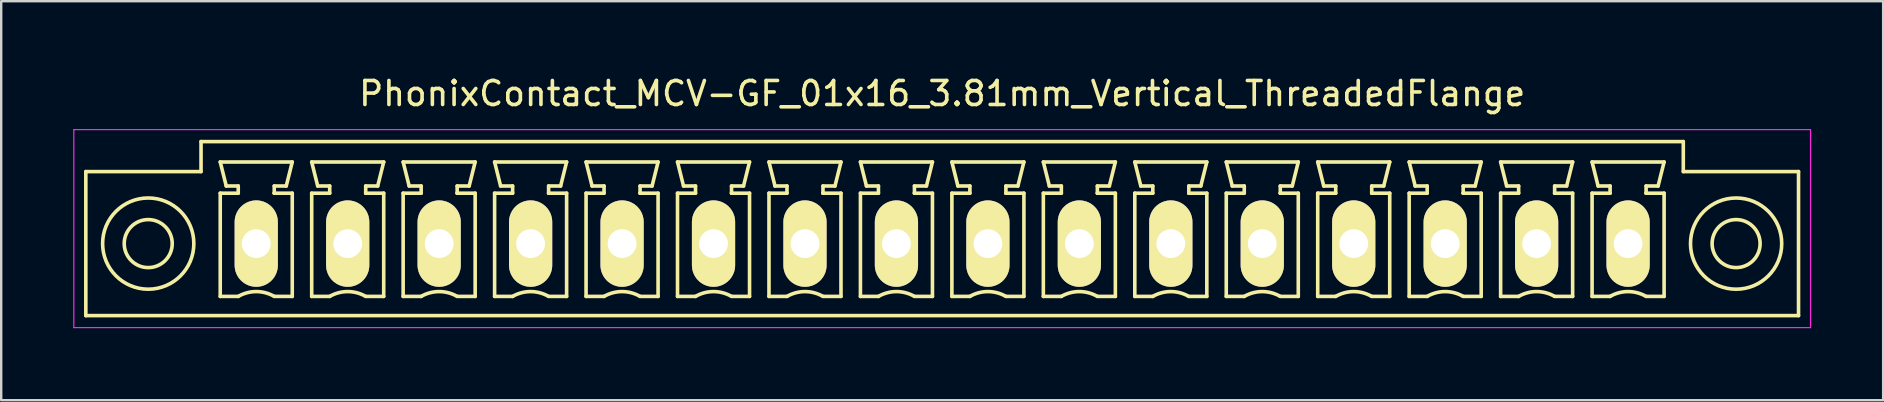
<source format=kicad_pcb>
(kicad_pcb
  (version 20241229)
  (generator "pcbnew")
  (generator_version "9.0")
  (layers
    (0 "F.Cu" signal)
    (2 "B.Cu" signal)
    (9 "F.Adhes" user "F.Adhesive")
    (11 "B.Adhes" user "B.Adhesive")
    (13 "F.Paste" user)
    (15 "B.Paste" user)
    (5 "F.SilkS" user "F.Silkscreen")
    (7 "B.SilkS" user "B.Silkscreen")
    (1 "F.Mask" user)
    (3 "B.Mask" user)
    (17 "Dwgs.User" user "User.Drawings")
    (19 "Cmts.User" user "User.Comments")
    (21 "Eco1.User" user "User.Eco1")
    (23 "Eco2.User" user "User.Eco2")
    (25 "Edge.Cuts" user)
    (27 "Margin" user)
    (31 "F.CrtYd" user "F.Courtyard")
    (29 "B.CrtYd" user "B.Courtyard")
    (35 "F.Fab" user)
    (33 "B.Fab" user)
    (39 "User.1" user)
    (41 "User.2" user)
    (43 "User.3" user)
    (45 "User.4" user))
  (footprint "PhonixContact_MCV-GF_01x16_3.81mm_Vertical_ThreadedFlange"
    (layer "F.Cu")
    (at 7.625 7.098)
    (property "Reference" "PhonixContact_MCV-GF_01x16_3.81mm_Vertical_ThreadedFlange" (at 28.575 -6.25 0) (layer "F.SilkS") (effects (font (size 1 1) (thickness 0.15))))
    (attr through_hole)
    (fp_line (start -7.1 -3) (end -7.1 3) (stroke (width 0.15) (type solid)) (layer "F.SilkS"))
    (fp_line (start -7.1 3) (end 64.25 3) (stroke (width 0.15) (type solid)) (layer "F.SilkS"))
    (fp_line (start -2.3 -4.25) (end -2.3 -3) (stroke (width 0.15) (type solid)) (layer "F.SilkS"))
    (fp_line (start -2.3 -3) (end -7.1 -3) (stroke (width 0.15) (type solid)) (layer "F.SilkS"))
    (fp_line (start -1.5 -3.4) (end 1.5 -3.4) (stroke (width 0.15) (type solid)) (layer "F.SilkS"))
    (fp_line (start -1.5 -2.1) (end -0.75 -2.1) (stroke (width 0.15) (type solid)) (layer "F.SilkS"))
    (fp_line (start -1.5 2.2) (end -1.5 -2.1) (stroke (width 0.15) (type solid)) (layer "F.SilkS"))
    (fp_line (start -1.25 -2.4) (end -1.5 -3.4) (stroke (width 0.15) (type solid)) (layer "F.SilkS"))
    (fp_line (start -0.75 -2.4) (end -1.25 -2.4) (stroke (width 0.15) (type solid)) (layer "F.SilkS"))
    (fp_line (start -0.75 -2.1) (end -0.75 -2.4) (stroke (width 0.15) (type solid)) (layer "F.SilkS"))
    (fp_line (start -0.75 2.2) (end -1.5 2.2) (stroke (width 0.15) (type solid)) (layer "F.SilkS"))
    (fp_line (start 0.75 -2.4) (end 0.75 -2.1) (stroke (width 0.15) (type solid)) (layer "F.SilkS"))
    (fp_line (start 0.75 -2.1) (end 0.75 -2.1) (stroke (width 0.15) (type solid)) (layer "F.SilkS"))
    (fp_line (start 0.75 -2.1) (end 1.5 -2.1) (stroke (width 0.15) (type solid)) (layer "F.SilkS"))
    (fp_line (start 1.25 -2.4) (end 0.75 -2.4) (stroke (width 0.15) (type solid)) (layer "F.SilkS"))
    (fp_line (start 1.5 -3.4) (end 1.25 -2.4) (stroke (width 0.15) (type solid)) (layer "F.SilkS"))
    (fp_line (start 1.5 -2.1) (end 1.5 2.2) (stroke (width 0.15) (type solid)) (layer "F.SilkS"))
    (fp_line (start 1.5 2.2) (end 0.75 2.2) (stroke (width 0.15) (type solid)) (layer "F.SilkS"))
    (fp_line (start 2.31 -3.4) (end 5.31 -3.4) (stroke (width 0.15) (type solid)) (layer "F.SilkS"))
    (fp_line (start 2.31 -2.1) (end 3.06 -2.1) (stroke (width 0.15) (type solid)) (layer "F.SilkS"))
    (fp_line (start 2.31 2.2) (end 2.31 -2.1) (stroke (width 0.15) (type solid)) (layer "F.SilkS"))
    (fp_line (start 2.56 -2.4) (end 2.31 -3.4) (stroke (width 0.15) (type solid)) (layer "F.SilkS"))
    (fp_line (start 3.06 -2.4) (end 2.56 -2.4) (stroke (width 0.15) (type solid)) (layer "F.SilkS"))
    (fp_line (start 3.06 -2.1) (end 3.06 -2.4) (stroke (width 0.15) (type solid)) (layer "F.SilkS"))
    (fp_line (start 3.06 2.2) (end 2.31 2.2) (stroke (width 0.15) (type solid)) (layer "F.SilkS"))
    (fp_line (start 4.56 -2.4) (end 4.56 -2.1) (stroke (width 0.15) (type solid)) (layer "F.SilkS"))
    (fp_line (start 4.56 -2.1) (end 4.56 -2.1) (stroke (width 0.15) (type solid)) (layer "F.SilkS"))
    (fp_line (start 4.56 -2.1) (end 5.31 -2.1) (stroke (width 0.15) (type solid)) (layer "F.SilkS"))
    (fp_line (start 5.06 -2.4) (end 4.56 -2.4) (stroke (width 0.15) (type solid)) (layer "F.SilkS"))
    (fp_line (start 5.31 -3.4) (end 5.06 -2.4) (stroke (width 0.15) (type solid)) (layer "F.SilkS"))
    (fp_line (start 5.31 -2.1) (end 5.31 2.2) (stroke (width 0.15) (type solid)) (layer "F.SilkS"))
    (fp_line (start 5.31 2.2) (end 4.56 2.2) (stroke (width 0.15) (type solid)) (layer "F.SilkS"))
    (fp_line (start 6.12 -3.4) (end 9.12 -3.4) (stroke (width 0.15) (type solid)) (layer "F.SilkS"))
    (fp_line (start 6.12 -2.1) (end 6.87 -2.1) (stroke (width 0.15) (type solid)) (layer "F.SilkS"))
    (fp_line (start 6.12 2.2) (end 6.12 -2.1) (stroke (width 0.15) (type solid)) (layer "F.SilkS"))
    (fp_line (start 6.37 -2.4) (end 6.12 -3.4) (stroke (width 0.15) (type solid)) (layer "F.SilkS"))
    (fp_line (start 6.87 -2.4) (end 6.37 -2.4) (stroke (width 0.15) (type solid)) (layer "F.SilkS"))
    (fp_line (start 6.87 -2.1) (end 6.87 -2.4) (stroke (width 0.15) (type solid)) (layer "F.SilkS"))
    (fp_line (start 6.87 2.2) (end 6.12 2.2) (stroke (width 0.15) (type solid)) (layer "F.SilkS"))
    (fp_line (start 8.37 -2.4) (end 8.37 -2.1) (stroke (width 0.15) (type solid)) (layer "F.SilkS"))
    (fp_line (start 8.37 -2.1) (end 8.37 -2.1) (stroke (width 0.15) (type solid)) (layer "F.SilkS"))
    (fp_line (start 8.37 -2.1) (end 9.12 -2.1) (stroke (width 0.15) (type solid)) (layer "F.SilkS"))
    (fp_line (start 8.87 -2.4) (end 8.37 -2.4) (stroke (width 0.15) (type solid)) (layer "F.SilkS"))
    (fp_line (start 9.12 -3.4) (end 8.87 -2.4) (stroke (width 0.15) (type solid)) (layer "F.SilkS"))
    (fp_line (start 9.12 -2.1) (end 9.12 2.2) (stroke (width 0.15) (type solid)) (layer "F.SilkS"))
    (fp_line (start 9.12 2.2) (end 8.37 2.2) (stroke (width 0.15) (type solid)) (layer "F.SilkS"))
    (fp_line (start 9.93 -3.4) (end 12.93 -3.4) (stroke (width 0.15) (type solid)) (layer "F.SilkS"))
    (fp_line (start 9.93 -2.1) (end 10.68 -2.1) (stroke (width 0.15) (type solid)) (layer "F.SilkS"))
    (fp_line (start 9.93 2.2) (end 9.93 -2.1) (stroke (width 0.15) (type solid)) (layer "F.SilkS"))
    (fp_line (start 10.18 -2.4) (end 9.93 -3.4) (stroke (width 0.15) (type solid)) (layer "F.SilkS"))
    (fp_line (start 10.68 -2.4) (end 10.18 -2.4) (stroke (width 0.15) (type solid)) (layer "F.SilkS"))
    (fp_line (start 10.68 -2.1) (end 10.68 -2.4) (stroke (width 0.15) (type solid)) (layer "F.SilkS"))
    (fp_line (start 10.68 2.2) (end 9.93 2.2) (stroke (width 0.15) (type solid)) (layer "F.SilkS"))
    (fp_line (start 12.18 -2.4) (end 12.18 -2.1) (stroke (width 0.15) (type solid)) (layer "F.SilkS"))
    (fp_line (start 12.18 -2.1) (end 12.18 -2.1) (stroke (width 0.15) (type solid)) (layer "F.SilkS"))
    (fp_line (start 12.18 -2.1) (end 12.93 -2.1) (stroke (width 0.15) (type solid)) (layer "F.SilkS"))
    (fp_line (start 12.68 -2.4) (end 12.18 -2.4) (stroke (width 0.15) (type solid)) (layer "F.SilkS"))
    (fp_line (start 12.93 -3.4) (end 12.68 -2.4) (stroke (width 0.15) (type solid)) (layer "F.SilkS"))
    (fp_line (start 12.93 -2.1) (end 12.93 2.2) (stroke (width 0.15) (type solid)) (layer "F.SilkS"))
    (fp_line (start 12.93 2.2) (end 12.18 2.2) (stroke (width 0.15) (type solid)) (layer "F.SilkS"))
    (fp_line (start 13.74 -3.4) (end 16.74 -3.4) (stroke (width 0.15) (type solid)) (layer "F.SilkS"))
    (fp_line (start 13.74 -2.1) (end 14.49 -2.1) (stroke (width 0.15) (type solid)) (layer "F.SilkS"))
    (fp_line (start 13.74 2.2) (end 13.74 -2.1) (stroke (width 0.15) (type solid)) (layer "F.SilkS"))
    (fp_line (start 13.99 -2.4) (end 13.74 -3.4) (stroke (width 0.15) (type solid)) (layer "F.SilkS"))
    (fp_line (start 14.49 -2.4) (end 13.99 -2.4) (stroke (width 0.15) (type solid)) (layer "F.SilkS"))
    (fp_line (start 14.49 -2.1) (end 14.49 -2.4) (stroke (width 0.15) (type solid)) (layer "F.SilkS"))
    (fp_line (start 14.49 2.2) (end 13.74 2.2) (stroke (width 0.15) (type solid)) (layer "F.SilkS"))
    (fp_line (start 15.99 -2.4) (end 15.99 -2.1) (stroke (width 0.15) (type solid)) (layer "F.SilkS"))
    (fp_line (start 15.99 -2.1) (end 15.99 -2.1) (stroke (width 0.15) (type solid)) (layer "F.SilkS"))
    (fp_line (start 15.99 -2.1) (end 16.74 -2.1) (stroke (width 0.15) (type solid)) (layer "F.SilkS"))
    (fp_line (start 16.49 -2.4) (end 15.99 -2.4) (stroke (width 0.15) (type solid)) (layer "F.SilkS"))
    (fp_line (start 16.74 -3.4) (end 16.49 -2.4) (stroke (width 0.15) (type solid)) (layer "F.SilkS"))
    (fp_line (start 16.74 -2.1) (end 16.74 2.2) (stroke (width 0.15) (type solid)) (layer "F.SilkS"))
    (fp_line (start 16.74 2.2) (end 15.99 2.2) (stroke (width 0.15) (type solid)) (layer "F.SilkS"))
    (fp_line (start 17.55 -3.4) (end 20.55 -3.4) (stroke (width 0.15) (type solid)) (layer "F.SilkS"))
    (fp_line (start 17.55 -2.1) (end 18.3 -2.1) (stroke (width 0.15) (type solid)) (layer "F.SilkS"))
    (fp_line (start 17.55 2.2) (end 17.55 -2.1) (stroke (width 0.15) (type solid)) (layer "F.SilkS"))
    (fp_line (start 17.8 -2.4) (end 17.55 -3.4) (stroke (width 0.15) (type solid)) (layer "F.SilkS"))
    (fp_line (start 18.3 -2.4) (end 17.8 -2.4) (stroke (width 0.15) (type solid)) (layer "F.SilkS"))
    (fp_line (start 18.3 -2.1) (end 18.3 -2.4) (stroke (width 0.15) (type solid)) (layer "F.SilkS"))
    (fp_line (start 18.3 2.2) (end 17.55 2.2) (stroke (width 0.15) (type solid)) (layer "F.SilkS"))
    (fp_line (start 19.8 -2.4) (end 19.8 -2.1) (stroke (width 0.15) (type solid)) (layer "F.SilkS"))
    (fp_line (start 19.8 -2.1) (end 19.8 -2.1) (stroke (width 0.15) (type solid)) (layer "F.SilkS"))
    (fp_line (start 19.8 -2.1) (end 20.55 -2.1) (stroke (width 0.15) (type solid)) (layer "F.SilkS"))
    (fp_line (start 20.3 -2.4) (end 19.8 -2.4) (stroke (width 0.15) (type solid)) (layer "F.SilkS"))
    (fp_line (start 20.55 -3.4) (end 20.3 -2.4) (stroke (width 0.15) (type solid)) (layer "F.SilkS"))
    (fp_line (start 20.55 -2.1) (end 20.55 2.2) (stroke (width 0.15) (type solid)) (layer "F.SilkS"))
    (fp_line (start 20.55 2.2) (end 19.8 2.2) (stroke (width 0.15) (type solid)) (layer "F.SilkS"))
    (fp_line (start 21.36 -3.4) (end 24.36 -3.4) (stroke (width 0.15) (type solid)) (layer "F.SilkS"))
    (fp_line (start 21.36 -2.1) (end 22.11 -2.1) (stroke (width 0.15) (type solid)) (layer "F.SilkS"))
    (fp_line (start 21.36 2.2) (end 21.36 -2.1) (stroke (width 0.15) (type solid)) (layer "F.SilkS"))
    (fp_line (start 21.61 -2.4) (end 21.36 -3.4) (stroke (width 0.15) (type solid)) (layer "F.SilkS"))
    (fp_line (start 22.11 -2.4) (end 21.61 -2.4) (stroke (width 0.15) (type solid)) (layer "F.SilkS"))
    (fp_line (start 22.11 -2.1) (end 22.11 -2.4) (stroke (width 0.15) (type solid)) (layer "F.SilkS"))
    (fp_line (start 22.11 2.2) (end 21.36 2.2) (stroke (width 0.15) (type solid)) (layer "F.SilkS"))
    (fp_line (start 23.61 -2.4) (end 23.61 -2.1) (stroke (width 0.15) (type solid)) (layer "F.SilkS"))
    (fp_line (start 23.61 -2.1) (end 23.61 -2.1) (stroke (width 0.15) (type solid)) (layer "F.SilkS"))
    (fp_line (start 23.61 -2.1) (end 24.36 -2.1) (stroke (width 0.15) (type solid)) (layer "F.SilkS"))
    (fp_line (start 24.11 -2.4) (end 23.61 -2.4) (stroke (width 0.15) (type solid)) (layer "F.SilkS"))
    (fp_line (start 24.36 -3.4) (end 24.11 -2.4) (stroke (width 0.15) (type solid)) (layer "F.SilkS"))
    (fp_line (start 24.36 -2.1) (end 24.36 2.2) (stroke (width 0.15) (type solid)) (layer "F.SilkS"))
    (fp_line (start 24.36 2.2) (end 23.61 2.2) (stroke (width 0.15) (type solid)) (layer "F.SilkS"))
    (fp_line (start 25.17 -3.4) (end 28.17 -3.4) (stroke (width 0.15) (type solid)) (layer "F.SilkS"))
    (fp_line (start 25.17 -2.1) (end 25.92 -2.1) (stroke (width 0.15) (type solid)) (layer "F.SilkS"))
    (fp_line (start 25.17 2.2) (end 25.17 -2.1) (stroke (width 0.15) (type solid)) (layer "F.SilkS"))
    (fp_line (start 25.42 -2.4) (end 25.17 -3.4) (stroke (width 0.15) (type solid)) (layer "F.SilkS"))
    (fp_line (start 25.92 -2.4) (end 25.42 -2.4) (stroke (width 0.15) (type solid)) (layer "F.SilkS"))
    (fp_line (start 25.92 -2.1) (end 25.92 -2.4) (stroke (width 0.15) (type solid)) (layer "F.SilkS"))
    (fp_line (start 25.92 2.2) (end 25.17 2.2) (stroke (width 0.15) (type solid)) (layer "F.SilkS"))
    (fp_line (start 27.42 -2.4) (end 27.42 -2.1) (stroke (width 0.15) (type solid)) (layer "F.SilkS"))
    (fp_line (start 27.42 -2.1) (end 27.42 -2.1) (stroke (width 0.15) (type solid)) (layer "F.SilkS"))
    (fp_line (start 27.42 -2.1) (end 28.17 -2.1) (stroke (width 0.15) (type solid)) (layer "F.SilkS"))
    (fp_line (start 27.92 -2.4) (end 27.42 -2.4) (stroke (width 0.15) (type solid)) (layer "F.SilkS"))
    (fp_line (start 28.17 -3.4) (end 27.92 -2.4) (stroke (width 0.15) (type solid)) (layer "F.SilkS"))
    (fp_line (start 28.17 -2.1) (end 28.17 2.2) (stroke (width 0.15) (type solid)) (layer "F.SilkS"))
    (fp_line (start 28.17 2.2) (end 27.42 2.2) (stroke (width 0.15) (type solid)) (layer "F.SilkS"))
    (fp_line (start 28.98 -3.4) (end 31.98 -3.4) (stroke (width 0.15) (type solid)) (layer "F.SilkS"))
    (fp_line (start 28.98 -2.1) (end 29.73 -2.1) (stroke (width 0.15) (type solid)) (layer "F.SilkS"))
    (fp_line (start 28.98 2.2) (end 28.98 -2.1) (stroke (width 0.15) (type solid)) (layer "F.SilkS"))
    (fp_line (start 29.23 -2.4) (end 28.98 -3.4) (stroke (width 0.15) (type solid)) (layer "F.SilkS"))
    (fp_line (start 29.73 -2.4) (end 29.23 -2.4) (stroke (width 0.15) (type solid)) (layer "F.SilkS"))
    (fp_line (start 29.73 -2.1) (end 29.73 -2.4) (stroke (width 0.15) (type solid)) (layer "F.SilkS"))
    (fp_line (start 29.73 2.2) (end 28.98 2.2) (stroke (width 0.15) (type solid)) (layer "F.SilkS"))
    (fp_line (start 31.23 -2.4) (end 31.23 -2.1) (stroke (width 0.15) (type solid)) (layer "F.SilkS"))
    (fp_line (start 31.23 -2.1) (end 31.23 -2.1) (stroke (width 0.15) (type solid)) (layer "F.SilkS"))
    (fp_line (start 31.23 -2.1) (end 31.98 -2.1) (stroke (width 0.15) (type solid)) (layer "F.SilkS"))
    (fp_line (start 31.73 -2.4) (end 31.23 -2.4) (stroke (width 0.15) (type solid)) (layer "F.SilkS"))
    (fp_line (start 31.98 -3.4) (end 31.73 -2.4) (stroke (width 0.15) (type solid)) (layer "F.SilkS"))
    (fp_line (start 31.98 -2.1) (end 31.98 2.2) (stroke (width 0.15) (type solid)) (layer "F.SilkS"))
    (fp_line (start 31.98 2.2) (end 31.23 2.2) (stroke (width 0.15) (type solid)) (layer "F.SilkS"))
    (fp_line (start 32.79 -3.4) (end 35.79 -3.4) (stroke (width 0.15) (type solid)) (layer "F.SilkS"))
    (fp_line (start 32.79 -2.1) (end 33.54 -2.1) (stroke (width 0.15) (type solid)) (layer "F.SilkS"))
    (fp_line (start 32.79 2.2) (end 32.79 -2.1) (stroke (width 0.15) (type solid)) (layer "F.SilkS"))
    (fp_line (start 33.04 -2.4) (end 32.79 -3.4) (stroke (width 0.15) (type solid)) (layer "F.SilkS"))
    (fp_line (start 33.54 -2.4) (end 33.04 -2.4) (stroke (width 0.15) (type solid)) (layer "F.SilkS"))
    (fp_line (start 33.54 -2.1) (end 33.54 -2.4) (stroke (width 0.15) (type solid)) (layer "F.SilkS"))
    (fp_line (start 33.54 2.2) (end 32.79 2.2) (stroke (width 0.15) (type solid)) (layer "F.SilkS"))
    (fp_line (start 35.04 -2.4) (end 35.04 -2.1) (stroke (width 0.15) (type solid)) (layer "F.SilkS"))
    (fp_line (start 35.04 -2.1) (end 35.04 -2.1) (stroke (width 0.15) (type solid)) (layer "F.SilkS"))
    (fp_line (start 35.04 -2.1) (end 35.79 -2.1) (stroke (width 0.15) (type solid)) (layer "F.SilkS"))
    (fp_line (start 35.54 -2.4) (end 35.04 -2.4) (stroke (width 0.15) (type solid)) (layer "F.SilkS"))
    (fp_line (start 35.79 -3.4) (end 35.54 -2.4) (stroke (width 0.15) (type solid)) (layer "F.SilkS"))
    (fp_line (start 35.79 -2.1) (end 35.79 2.2) (stroke (width 0.15) (type solid)) (layer "F.SilkS"))
    (fp_line (start 35.79 2.2) (end 35.04 2.2) (stroke (width 0.15) (type solid)) (layer "F.SilkS"))
    (fp_line (start 36.6 -3.4) (end 39.6 -3.4) (stroke (width 0.15) (type solid)) (layer "F.SilkS"))
    (fp_line (start 36.6 -2.1) (end 37.35 -2.1) (stroke (width 0.15) (type solid)) (layer "F.SilkS"))
    (fp_line (start 36.6 2.2) (end 36.6 -2.1) (stroke (width 0.15) (type solid)) (layer "F.SilkS"))
    (fp_line (start 36.85 -2.4) (end 36.6 -3.4) (stroke (width 0.15) (type solid)) (layer "F.SilkS"))
    (fp_line (start 37.35 -2.4) (end 36.85 -2.4) (stroke (width 0.15) (type solid)) (layer "F.SilkS"))
    (fp_line (start 37.35 -2.1) (end 37.35 -2.4) (stroke (width 0.15) (type solid)) (layer "F.SilkS"))
    (fp_line (start 37.35 2.2) (end 36.6 2.2) (stroke (width 0.15) (type solid)) (layer "F.SilkS"))
    (fp_line (start 38.85 -2.4) (end 38.85 -2.1) (stroke (width 0.15) (type solid)) (layer "F.SilkS"))
    (fp_line (start 38.85 -2.1) (end 38.85 -2.1) (stroke (width 0.15) (type solid)) (layer "F.SilkS"))
    (fp_line (start 38.85 -2.1) (end 39.6 -2.1) (stroke (width 0.15) (type solid)) (layer "F.SilkS"))
    (fp_line (start 39.35 -2.4) (end 38.85 -2.4) (stroke (width 0.15) (type solid)) (layer "F.SilkS"))
    (fp_line (start 39.6 -3.4) (end 39.35 -2.4) (stroke (width 0.15) (type solid)) (layer "F.SilkS"))
    (fp_line (start 39.6 -2.1) (end 39.6 2.2) (stroke (width 0.15) (type solid)) (layer "F.SilkS"))
    (fp_line (start 39.6 2.2) (end 38.85 2.2) (stroke (width 0.15) (type solid)) (layer "F.SilkS"))
    (fp_line (start 40.41 -3.4) (end 43.41 -3.4) (stroke (width 0.15) (type solid)) (layer "F.SilkS"))
    (fp_line (start 40.41 -2.1) (end 41.16 -2.1) (stroke (width 0.15) (type solid)) (layer "F.SilkS"))
    (fp_line (start 40.41 2.2) (end 40.41 -2.1) (stroke (width 0.15) (type solid)) (layer "F.SilkS"))
    (fp_line (start 40.66 -2.4) (end 40.41 -3.4) (stroke (width 0.15) (type solid)) (layer "F.SilkS"))
    (fp_line (start 41.16 -2.4) (end 40.66 -2.4) (stroke (width 0.15) (type solid)) (layer "F.SilkS"))
    (fp_line (start 41.16 -2.1) (end 41.16 -2.4) (stroke (width 0.15) (type solid)) (layer "F.SilkS"))
    (fp_line (start 41.16 2.2) (end 40.41 2.2) (stroke (width 0.15) (type solid)) (layer "F.SilkS"))
    (fp_line (start 42.66 -2.4) (end 42.66 -2.1) (stroke (width 0.15) (type solid)) (layer "F.SilkS"))
    (fp_line (start 42.66 -2.1) (end 42.66 -2.1) (stroke (width 0.15) (type solid)) (layer "F.SilkS"))
    (fp_line (start 42.66 -2.1) (end 43.41 -2.1) (stroke (width 0.15) (type solid)) (layer "F.SilkS"))
    (fp_line (start 43.16 -2.4) (end 42.66 -2.4) (stroke (width 0.15) (type solid)) (layer "F.SilkS"))
    (fp_line (start 43.41 -3.4) (end 43.16 -2.4) (stroke (width 0.15) (type solid)) (layer "F.SilkS"))
    (fp_line (start 43.41 -2.1) (end 43.41 2.2) (stroke (width 0.15) (type solid)) (layer "F.SilkS"))
    (fp_line (start 43.41 2.2) (end 42.66 2.2) (stroke (width 0.15) (type solid)) (layer "F.SilkS"))
    (fp_line (start 44.22 -3.4) (end 47.22 -3.4) (stroke (width 0.15) (type solid)) (layer "F.SilkS"))
    (fp_line (start 44.22 -2.1) (end 44.97 -2.1) (stroke (width 0.15) (type solid)) (layer "F.SilkS"))
    (fp_line (start 44.22 2.2) (end 44.22 -2.1) (stroke (width 0.15) (type solid)) (layer "F.SilkS"))
    (fp_line (start 44.47 -2.4) (end 44.22 -3.4) (stroke (width 0.15) (type solid)) (layer "F.SilkS"))
    (fp_line (start 44.97 -2.4) (end 44.47 -2.4) (stroke (width 0.15) (type solid)) (layer "F.SilkS"))
    (fp_line (start 44.97 -2.1) (end 44.97 -2.4) (stroke (width 0.15) (type solid)) (layer "F.SilkS"))
    (fp_line (start 44.97 2.2) (end 44.22 2.2) (stroke (width 0.15) (type solid)) (layer "F.SilkS"))
    (fp_line (start 46.47 -2.4) (end 46.47 -2.1) (stroke (width 0.15) (type solid)) (layer "F.SilkS"))
    (fp_line (start 46.47 -2.1) (end 46.47 -2.1) (stroke (width 0.15) (type solid)) (layer "F.SilkS"))
    (fp_line (start 46.47 -2.1) (end 47.22 -2.1) (stroke (width 0.15) (type solid)) (layer "F.SilkS"))
    (fp_line (start 46.97 -2.4) (end 46.47 -2.4) (stroke (width 0.15) (type solid)) (layer "F.SilkS"))
    (fp_line (start 47.22 -3.4) (end 46.97 -2.4) (stroke (width 0.15) (type solid)) (layer "F.SilkS"))
    (fp_line (start 47.22 -2.1) (end 47.22 2.2) (stroke (width 0.15) (type solid)) (layer "F.SilkS"))
    (fp_line (start 47.22 2.2) (end 46.47 2.2) (stroke (width 0.15) (type solid)) (layer "F.SilkS"))
    (fp_line (start 48.03 -3.4) (end 51.03 -3.4) (stroke (width 0.15) (type solid)) (layer "F.SilkS"))
    (fp_line (start 48.03 -2.1) (end 48.78 -2.1) (stroke (width 0.15) (type solid)) (layer "F.SilkS"))
    (fp_line (start 48.03 2.2) (end 48.03 -2.1) (stroke (width 0.15) (type solid)) (layer "F.SilkS"))
    (fp_line (start 48.28 -2.4) (end 48.03 -3.4) (stroke (width 0.15) (type solid)) (layer "F.SilkS"))
    (fp_line (start 48.78 -2.4) (end 48.28 -2.4) (stroke (width 0.15) (type solid)) (layer "F.SilkS"))
    (fp_line (start 48.78 -2.1) (end 48.78 -2.4) (stroke (width 0.15) (type solid)) (layer "F.SilkS"))
    (fp_line (start 48.78 2.2) (end 48.03 2.2) (stroke (width 0.15) (type solid)) (layer "F.SilkS"))
    (fp_line (start 50.28 -2.4) (end 50.28 -2.1) (stroke (width 0.15) (type solid)) (layer "F.SilkS"))
    (fp_line (start 50.28 -2.1) (end 50.28 -2.1) (stroke (width 0.15) (type solid)) (layer "F.SilkS"))
    (fp_line (start 50.28 -2.1) (end 51.03 -2.1) (stroke (width 0.15) (type solid)) (layer "F.SilkS"))
    (fp_line (start 50.78 -2.4) (end 50.28 -2.4) (stroke (width 0.15) (type solid)) (layer "F.SilkS"))
    (fp_line (start 51.03 -3.4) (end 50.78 -2.4) (stroke (width 0.15) (type solid)) (layer "F.SilkS"))
    (fp_line (start 51.03 -2.1) (end 51.03 2.2) (stroke (width 0.15) (type solid)) (layer "F.SilkS"))
    (fp_line (start 51.03 2.2) (end 50.28 2.2) (stroke (width 0.15) (type solid)) (layer "F.SilkS"))
    (fp_line (start 51.84 -3.4) (end 54.84 -3.4) (stroke (width 0.15) (type solid)) (layer "F.SilkS"))
    (fp_line (start 51.84 -2.1) (end 52.59 -2.1) (stroke (width 0.15) (type solid)) (layer "F.SilkS"))
    (fp_line (start 51.84 2.2) (end 51.84 -2.1) (stroke (width 0.15) (type solid)) (layer "F.SilkS"))
    (fp_line (start 52.09 -2.4) (end 51.84 -3.4) (stroke (width 0.15) (type solid)) (layer "F.SilkS"))
    (fp_line (start 52.59 -2.4) (end 52.09 -2.4) (stroke (width 0.15) (type solid)) (layer "F.SilkS"))
    (fp_line (start 52.59 -2.1) (end 52.59 -2.4) (stroke (width 0.15) (type solid)) (layer "F.SilkS"))
    (fp_line (start 52.59 2.2) (end 51.84 2.2) (stroke (width 0.15) (type solid)) (layer "F.SilkS"))
    (fp_line (start 54.09 -2.4) (end 54.09 -2.1) (stroke (width 0.15) (type solid)) (layer "F.SilkS"))
    (fp_line (start 54.09 -2.1) (end 54.09 -2.1) (stroke (width 0.15) (type solid)) (layer "F.SilkS"))
    (fp_line (start 54.09 -2.1) (end 54.84 -2.1) (stroke (width 0.15) (type solid)) (layer "F.SilkS"))
    (fp_line (start 54.59 -2.4) (end 54.09 -2.4) (stroke (width 0.15) (type solid)) (layer "F.SilkS"))
    (fp_line (start 54.84 -3.4) (end 54.59 -2.4) (stroke (width 0.15) (type solid)) (layer "F.SilkS"))
    (fp_line (start 54.84 -2.1) (end 54.84 2.2) (stroke (width 0.15) (type solid)) (layer "F.SilkS"))
    (fp_line (start 54.84 2.2) (end 54.09 2.2) (stroke (width 0.15) (type solid)) (layer "F.SilkS"))
    (fp_line (start 55.65 -3.4) (end 58.65 -3.4) (stroke (width 0.15) (type solid)) (layer "F.SilkS"))
    (fp_line (start 55.65 -2.1) (end 56.4 -2.1) (stroke (width 0.15) (type solid)) (layer "F.SilkS"))
    (fp_line (start 55.65 2.2) (end 55.65 -2.1) (stroke (width 0.15) (type solid)) (layer "F.SilkS"))
    (fp_line (start 55.9 -2.4) (end 55.65 -3.4) (stroke (width 0.15) (type solid)) (layer "F.SilkS"))
    (fp_line (start 56.4 -2.4) (end 55.9 -2.4) (stroke (width 0.15) (type solid)) (layer "F.SilkS"))
    (fp_line (start 56.4 -2.1) (end 56.4 -2.4) (stroke (width 0.15) (type solid)) (layer "F.SilkS"))
    (fp_line (start 56.4 2.2) (end 55.65 2.2) (stroke (width 0.15) (type solid)) (layer "F.SilkS"))
    (fp_line (start 57.9 -2.4) (end 57.9 -2.1) (stroke (width 0.15) (type solid)) (layer "F.SilkS"))
    (fp_line (start 57.9 -2.1) (end 57.9 -2.1) (stroke (width 0.15) (type solid)) (layer "F.SilkS"))
    (fp_line (start 57.9 -2.1) (end 58.65 -2.1) (stroke (width 0.15) (type solid)) (layer "F.SilkS"))
    (fp_line (start 58.4 -2.4) (end 57.9 -2.4) (stroke (width 0.15) (type solid)) (layer "F.SilkS"))
    (fp_line (start 58.65 -3.4) (end 58.4 -2.4) (stroke (width 0.15) (type solid)) (layer "F.SilkS"))
    (fp_line (start 58.65 -2.1) (end 58.65 2.2) (stroke (width 0.15) (type solid)) (layer "F.SilkS"))
    (fp_line (start 58.65 2.2) (end 57.9 2.2) (stroke (width 0.15) (type solid)) (layer "F.SilkS"))
    (fp_line (start 59.45 -4.25) (end -2.3 -4.25) (stroke (width 0.15) (type solid)) (layer "F.SilkS"))
    (fp_line (start 59.45 -3) (end 59.45 -4.25) (stroke (width 0.15) (type solid)) (layer "F.SilkS"))
    (fp_line (start 64.25 -3) (end 59.45 -3) (stroke (width 0.15) (type solid)) (layer "F.SilkS"))
    (fp_line (start 64.25 3) (end 64.25 -3) (stroke (width 0.15) (type solid)) (layer "F.SilkS"))
    (fp_arc (start -0.75 2.2) (mid -0.006068 1.999179) (end 0.739464 2.193978) (stroke (width 0.15) (type solid)) (layer "F.SilkS"))
    (fp_arc (start 3.06 2.2) (mid 3.803932 1.999179) (end 4.549464 2.193978) (stroke (width 0.15) (type solid)) (layer "F.SilkS"))
    (fp_arc (start 6.87 2.2) (mid 7.613932 1.999179) (end 8.359464 2.193978) (stroke (width 0.15) (type solid)) (layer "F.SilkS"))
    (fp_arc (start 10.68 2.2) (mid 11.423932 1.999179) (end 12.169464 2.193978) (stroke (width 0.15) (type solid)) (layer "F.SilkS"))
    (fp_arc (start 14.49 2.2) (mid 15.233932 1.999179) (end 15.979464 2.193978) (stroke (width 0.15) (type solid)) (layer "F.SilkS"))
    (fp_arc (start 18.3 2.2) (mid 19.043932 1.999179) (end 19.789464 2.193978) (stroke (width 0.15) (type solid)) (layer "F.SilkS"))
    (fp_arc (start 22.11 2.2) (mid 22.853932 1.999179) (end 23.599464 2.193978) (stroke (width 0.15) (type solid)) (layer "F.SilkS"))
    (fp_arc (start 25.92 2.2) (mid 26.663932 1.999179) (end 27.409464 2.193978) (stroke (width 0.15) (type solid)) (layer "F.SilkS"))
    (fp_arc (start 29.73 2.2) (mid 30.473932 1.999179) (end 31.219464 2.193978) (stroke (width 0.15) (type solid)) (layer "F.SilkS"))
    (fp_arc (start 33.54 2.2) (mid 34.283932 1.999179) (end 35.029464 2.193978) (stroke (width 0.15) (type solid)) (layer "F.SilkS"))
    (fp_arc (start 37.35 2.2) (mid 38.093932 1.999179) (end 38.839464 2.193978) (stroke (width 0.15) (type solid)) (layer "F.SilkS"))
    (fp_arc (start 41.16 2.2) (mid 41.903932 1.999179) (end 42.649464 2.193978) (stroke (width 0.15) (type solid)) (layer "F.SilkS"))
    (fp_arc (start 44.97 2.2) (mid 45.713932 1.999179) (end 46.459464 2.193978) (stroke (width 0.15) (type solid)) (layer "F.SilkS"))
    (fp_arc (start 48.78 2.2) (mid 49.523932 1.999179) (end 50.269464 2.193978) (stroke (width 0.15) (type solid)) (layer "F.SilkS"))
    (fp_arc (start 52.59 2.2) (mid 53.333932 1.999179) (end 54.079464 2.193978) (stroke (width 0.15) (type solid)) (layer "F.SilkS"))
    (fp_arc (start 56.4 2.2) (mid 57.143932 1.999179) (end 57.889464 2.193978) (stroke (width 0.15) (type solid)) (layer "F.SilkS"))
    (fp_circle (center -4.5 0) (end -3.5 0) (stroke (width 0.15) (type solid)) (fill no) (layer "F.SilkS"))
    (fp_circle (center -4.5 0) (end -2.6 0) (stroke (width 0.15) (type solid)) (fill no) (layer "F.SilkS"))
    (fp_circle (center 61.65 0) (end 62.65 0) (stroke (width 0.15) (type solid)) (fill no) (layer "F.SilkS"))
    (fp_circle (center 61.65 0) (end 63.55 0) (stroke (width 0.15) (type solid)) (fill no) (layer "F.SilkS"))
    (fp_line (start -7.6 -4.75) (end -7.6 3.5) (stroke (width 0.05) (type solid)) (layer "F.CrtYd"))
    (fp_line (start -7.6 3.5) (end 64.75 3.5) (stroke (width 0.05) (type solid)) (layer "F.CrtYd"))
    (fp_line (start 64.75 -4.75) (end -7.6 -4.75) (stroke (width 0.05) (type solid)) (layer "F.CrtYd"))
    (fp_line (start 64.75 3.5) (end 64.75 -4.75) (stroke (width 0.05) (type solid)) (layer "F.CrtYd"))
    (pad "1" thru_hole oval (at 0 0) (size 1.8 3.6) (drill 1.2) (layers "*.Cu" "*.Mask" "F.SilkS"))
    (pad "2" thru_hole oval (at 3.81 0) (size 1.8 3.6) (drill 1.2) (layers "*.Cu" "*.Mask" "F.SilkS"))
    (pad "3" thru_hole oval (at 7.62 0) (size 1.8 3.6) (drill 1.2) (layers "*.Cu" "*.Mask" "F.SilkS"))
    (pad "4" thru_hole oval (at 11.43 0) (size 1.8 3.6) (drill 1.2) (layers "*.Cu" "*.Mask" "F.SilkS"))
    (pad "5" thru_hole oval (at 15.24 0) (size 1.8 3.6) (drill 1.2) (layers "*.Cu" "*.Mask" "F.SilkS"))
    (pad "6" thru_hole oval (at 19.05 0) (size 1.8 3.6) (drill 1.2) (layers "*.Cu" "*.Mask" "F.SilkS"))
    (pad "7" thru_hole oval (at 22.86 0) (size 1.8 3.6) (drill 1.2) (layers "*.Cu" "*.Mask" "F.SilkS"))
    (pad "8" thru_hole oval (at 26.67 0) (size 1.8 3.6) (drill 1.2) (layers "*.Cu" "*.Mask" "F.SilkS"))
    (pad "9" thru_hole oval (at 30.48 0) (size 1.8 3.6) (drill 1.2) (layers "*.Cu" "*.Mask" "F.SilkS"))
    (pad "10" thru_hole oval (at 34.29 0) (size 1.8 3.6) (drill 1.2) (layers "*.Cu" "*.Mask" "F.SilkS"))
    (pad "11" thru_hole oval (at 38.1 0) (size 1.8 3.6) (drill 1.2) (layers "*.Cu" "*.Mask" "F.SilkS"))
    (pad "12" thru_hole oval (at 41.91 0) (size 1.8 3.6) (drill 1.2) (layers "*.Cu" "*.Mask" "F.SilkS"))
    (pad "13" thru_hole oval (at 45.72 0) (size 1.8 3.6) (drill 1.2) (layers "*.Cu" "*.Mask" "F.SilkS"))
    (pad "14" thru_hole oval (at 49.53 0) (size 1.8 3.6) (drill 1.2) (layers "*.Cu" "*.Mask" "F.SilkS"))
    (pad "15" thru_hole oval (at 53.34 0) (size 1.8 3.6) (drill 1.2) (layers "*.Cu" "*.Mask" "F.SilkS"))
    (pad "16" thru_hole oval (at 57.15 0) (size 1.8 3.6) (drill 1.2) (layers "*.Cu" "*.Mask" "F.SilkS")))
  (gr_rect
    (start -3 -3)
    (end 75.4 13.623)
    (stroke (width 0.1) (type default))
    (fill no)
    (layer "Edge.Cuts")))
</source>
